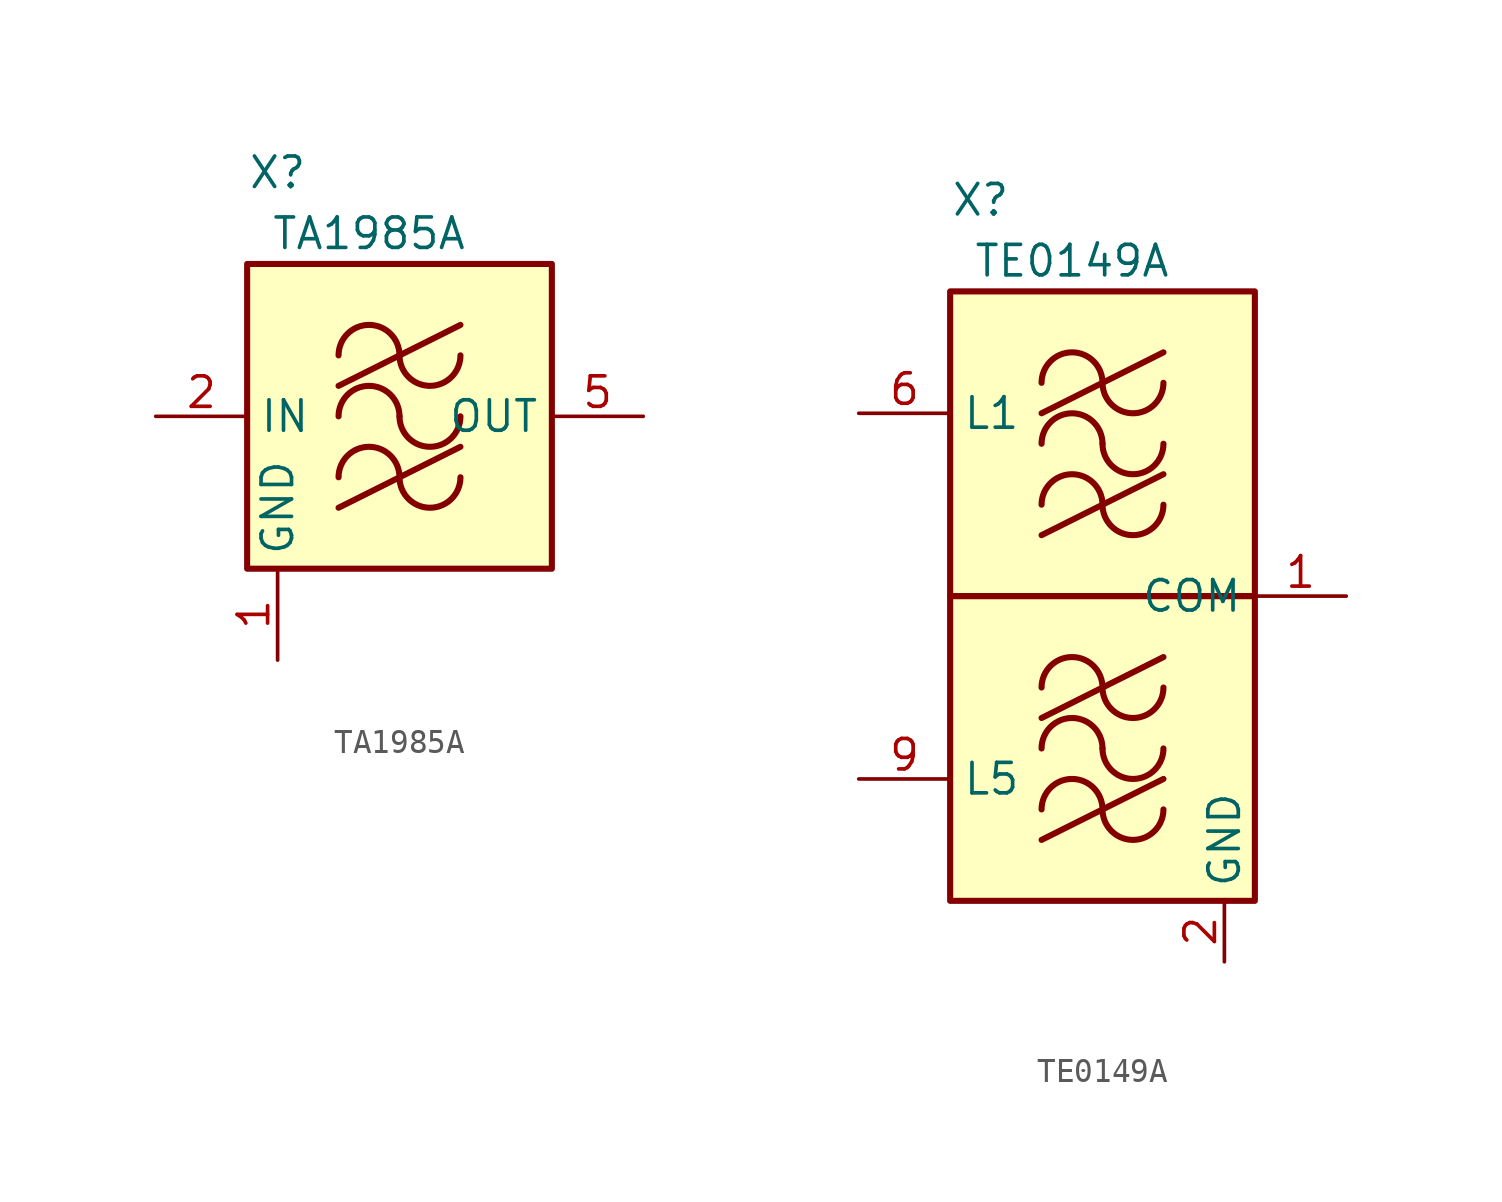
<source format=kicad_sym>
(kicad_symbol_lib
  (version 20231120)
  (generator "kicad_symbol_editor")
  (generator_version "8.0")
  (symbol "TA1985A"
    (property "Reference" "X"
      (at -5.08 10.16 0)
      (effects (font (size 1.27 1.27))))
    (property "Value" "TA1985A"
      (at -1.27 7.62 0)
      (effects (font (size 1.27 1.27))))
    (symbol "TA1985A_1_1"
      (rectangle (start -6.35 6.35) (end 6.35 -6.35) (stroke (width 0.254) (type default)) (fill (type background)))
      (arc (start 0 -2.54) (mid -1.27 -1.2755) (end -2.54 -2.54) (stroke (width 0.254) (type default)) (fill (type none)))
      (arc (start 0 -2.54) (mid 1.27 -3.8045) (end 2.54 -2.54) (stroke (width 0.254) (type default)) (fill (type none)))
      (arc (start 0 0) (mid -1.27 1.2645) (end -2.54 0) (stroke (width 0.254) (type default)) (fill (type none)))
      (polyline (pts (xy -2.54 -3.81) (xy 2.54 -1.27)) (stroke (width 0.254) (type default)) (fill (type none)))
      (polyline (pts (xy -2.54 1.27) (xy 2.54 3.81)) (stroke (width 0.254) (type default)) (fill (type none)))
      (arc (start 0 0) (mid 1.27 -1.2645) (end 2.54 0) (stroke (width 0.254) (type default)) (fill (type none)))
      (arc (start 0 2.54) (mid -1.27 3.8045) (end -2.54 2.54) (stroke (width 0.254) (type default)) (fill (type none)))
      (arc (start 0 2.54) (mid 1.27 1.2755) (end 2.54 2.54) (stroke (width 0.254) (type default)) (fill (type none)))
      (pin power_in line (at -5.08 -10.16 90) (length 3.81) (name "GND" (effects (font (size 1.27 1.27)))) (number "1" (effects (font (size 1.27 1.27)))))
      (pin input line (at -10.16 0 0) (length 3.81) (name "IN" (effects (font (size 1.27 1.27)))) (number "2" (effects (font (size 1.27 1.27)))))
      (pin passive line (at -5.08 -10.16 90) (length 3.81) hide (name "GND" (effects (font (size 1.27 1.27)))) (number "3" (effects (font (size 1.27 1.27)))))
      (pin passive line (at -5.08 -10.16 90) (length 3.81) hide (name "GND" (effects (font (size 1.27 1.27)))) (number "4" (effects (font (size 1.27 1.27)))))
      (pin output line (at 10.16 0 180) (length 3.81) (name "OUT" (effects (font (size 1.27 1.27)))) (number "5" (effects (font (size 1.27 1.27)))))
      (pin passive line (at -5.08 -10.16 90) (length 3.81) hide (name "GND" (effects (font (size 1.27 1.27)))) (number "6" (effects (font (size 1.27 1.27)))))))
  (symbol "TE0149A"
    (property "Reference" "X"
      (at -5.08 16.51 0)
      (effects (font (size 1.27 1.27))))
    (property "Value" "TE0149A"
      (at -1.27 13.97 0)
      (effects (font (size 1.27 1.27))))
    (symbol "TE0149A_1_1"
      (rectangle (start -6.35 0) (end 6.35 -12.7) (stroke (width 0.254) (type default)) (fill (type background)))
      (rectangle (start -6.35 12.7) (end 6.35 0) (stroke (width 0.254) (type default)) (fill (type background)))
      (arc (start 0 -8.89) (mid -1.27 -7.6255) (end -2.54 -8.89) (stroke (width 0.254) (type default)) (fill (type none)))
      (arc (start 0 -8.89) (mid 1.27 -10.1545) (end 2.54 -8.89) (stroke (width 0.254) (type default)) (fill (type none)))
      (arc (start 0 -6.35) (mid -1.27 -5.0855) (end -2.54 -6.35) (stroke (width 0.254) (type default)) (fill (type none)))
      (arc (start 0 -6.35) (mid 1.27 -7.6145) (end 2.54 -6.35) (stroke (width 0.254) (type default)) (fill (type none)))
      (arc (start 0 -3.81) (mid -1.27 -2.5455) (end -2.54 -3.81) (stroke (width 0.254) (type default)) (fill (type none)))
      (arc (start 0 -3.81) (mid 1.27 -5.0745) (end 2.54 -3.81) (stroke (width 0.254) (type default)) (fill (type none)))
      (polyline (pts (xy -2.54 -10.16) (xy 2.54 -7.62)) (stroke (width 0.254) (type default)) (fill (type none)))
      (polyline (pts (xy -2.54 -5.08) (xy 2.54 -2.54)) (stroke (width 0.254) (type default)) (fill (type none)))
      (polyline (pts (xy -2.54 2.54) (xy 2.54 5.08)) (stroke (width 0.254) (type default)) (fill (type none)))
      (polyline (pts (xy -2.54 7.62) (xy 2.54 10.16)) (stroke (width 0.254) (type default)) (fill (type none)))
      (arc (start 0 3.81) (mid -1.27 5.0745) (end -2.54 3.81) (stroke (width 0.254) (type default)) (fill (type none)))
      (arc (start 0 3.81) (mid 1.27 2.5455) (end 2.54 3.81) (stroke (width 0.254) (type default)) (fill (type none)))
      (arc (start 0 6.35) (mid -1.27 7.6145) (end -2.54 6.35) (stroke (width 0.254) (type default)) (fill (type none)))
      (arc (start 0 6.35) (mid 1.27 5.0855) (end 2.54 6.35) (stroke (width 0.254) (type default)) (fill (type none)))
      (arc (start 0 8.89) (mid -1.27 10.1545) (end -2.54 8.89) (stroke (width 0.254) (type default)) (fill (type none)))
      (arc (start 0 8.89) (mid 1.27 7.6255) (end 2.54 8.89) (stroke (width 0.254) (type default)) (fill (type none)))
      (pin bidirectional line (at 10.16 0 180) (length 3.81) (name "COM" (effects (font (size 1.27 1.27)))) (number "1" (effects (font (size 1.27 1.27)))))
      (pin passive line (at 5.08 -15.24 90) (length 2.54) hide (name "GND" (effects (font (size 1.27 1.27)))) (number "10" (effects (font (size 1.27 1.27)))))
      (pin power_in line (at 5.08 -15.24 90) (length 2.54) (name "GND" (effects (font (size 1.27 1.27)))) (number "2" (effects (font (size 1.27 1.27)))))
      (pin passive line (at 5.08 -15.24 90) (length 2.54) hide (name "GND" (effects (font (size 1.27 1.27)))) (number "3" (effects (font (size 1.27 1.27)))))
      (pin passive line (at 5.08 -15.24 90) (length 2.54) hide (name "GND" (effects (font (size 1.27 1.27)))) (number "4" (effects (font (size 1.27 1.27)))))
      (pin passive line (at 5.08 -15.24 90) (length 2.54) hide (name "GND" (effects (font (size 1.27 1.27)))) (number "5" (effects (font (size 1.27 1.27)))))
      (pin bidirectional line (at -10.16 7.62 0) (length 3.81) (name "L1" (effects (font (size 1.27 1.27)))) (number "6" (effects (font (size 1.27 1.27)))))
      (pin passive line (at 5.08 -15.24 90) (length 2.54) hide (name "GND" (effects (font (size 1.27 1.27)))) (number "7" (effects (font (size 1.27 1.27)))))
      (pin passive line (at 5.08 -15.24 90) (length 2.54) hide (name "GND" (effects (font (size 1.27 1.27)))) (number "8" (effects (font (size 1.27 1.27)))))
      (pin bidirectional line (at -10.16 -7.62 0) (length 3.81) (name "L5" (effects (font (size 1.27 1.27)))) (number "9" (effects (font (size 1.27 1.27))))))))
</source>
